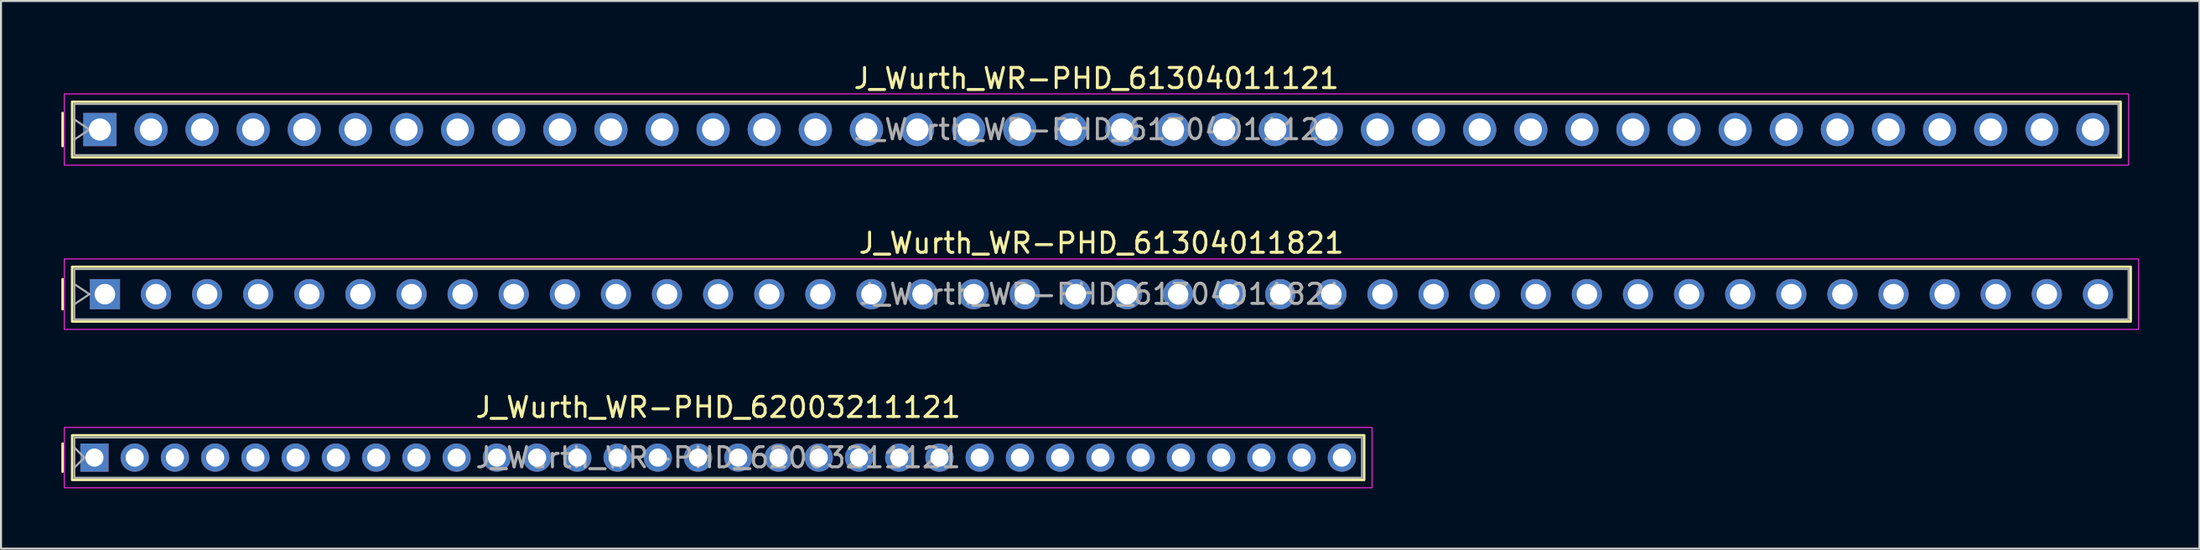
<source format=kicad_pcb>
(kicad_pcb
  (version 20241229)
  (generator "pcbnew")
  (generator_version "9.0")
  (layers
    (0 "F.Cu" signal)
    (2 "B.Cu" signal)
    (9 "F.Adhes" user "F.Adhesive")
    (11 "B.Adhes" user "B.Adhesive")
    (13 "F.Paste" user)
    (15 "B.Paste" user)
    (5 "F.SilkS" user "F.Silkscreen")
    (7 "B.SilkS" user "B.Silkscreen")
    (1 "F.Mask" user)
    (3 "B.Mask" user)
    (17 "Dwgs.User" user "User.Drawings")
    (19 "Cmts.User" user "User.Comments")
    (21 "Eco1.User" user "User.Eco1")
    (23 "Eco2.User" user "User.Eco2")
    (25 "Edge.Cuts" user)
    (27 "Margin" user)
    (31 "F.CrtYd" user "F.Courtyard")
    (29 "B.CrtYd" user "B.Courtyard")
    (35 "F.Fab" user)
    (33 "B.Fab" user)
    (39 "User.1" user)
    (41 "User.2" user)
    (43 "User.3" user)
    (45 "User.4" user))
  (footprint "J_Wurth_WR-PHD_61304011121"
    (layer "F.Cu")
    (at 1.915 3.388)
    (property "Reference" "J_Wurth_WR-PHD_61304011121" (at 49.53 -2.54 0) (unlocked yes) (layer "F.SilkS") (effects (font (size 1 1) (thickness 0.15))))
    (attr through_hole)
    (fp_line (start -1.855 -0.825) (end -1.855 0.825) (stroke (width 0.12) (type solid)) (layer "F.SilkS"))
    (fp_rect (start -1.38 -1.38) (end 100.44 1.38) (stroke (width 0.12) (type solid)) (fill no) (layer "F.SilkS"))
    (fp_rect (start -1.77 -1.77) (end 100.83 1.77) (stroke (width 0.05) (type solid)) (fill no) (layer "F.CrtYd"))
    (fp_line (start -1.27 -0.5) (end -0.52 0) (stroke (width 0.1) (type solid)) (layer "F.Fab"))
    (fp_line (start -0.52 0) (end -1.27 0.5) (stroke (width 0.1) (type solid)) (layer "F.Fab"))
    (fp_rect (start -1.27 -1.27) (end 100.33 1.27) (stroke (width 0.1) (type solid)) (fill no) (layer "F.Fab"))
    (fp_text user "${REFERENCE}" (at 49.53 0 0) (unlocked yes) (layer "F.Fab") (effects (font (size 1 1) (thickness 0.15))))
    (pad "1" thru_hole rect (at 0 0) (size 1.65 1.65) (drill 1.1) (layers "*.Cu" "*.Mask"))
    (pad "2" thru_hole circle (at 2.54 0) (size 1.65 1.65) (drill 1.1) (layers "*.Cu" "*.Mask"))
    (pad "3" thru_hole circle (at 5.08 0) (size 1.65 1.65) (drill 1.1) (layers "*.Cu" "*.Mask"))
    (pad "4" thru_hole circle (at 7.62 0) (size 1.65 1.65) (drill 1.1) (layers "*.Cu" "*.Mask"))
    (pad "5" thru_hole circle (at 10.16 0) (size 1.65 1.65) (drill 1.1) (layers "*.Cu" "*.Mask"))
    (pad "6" thru_hole circle (at 12.7 0) (size 1.65 1.65) (drill 1.1) (layers "*.Cu" "*.Mask"))
    (pad "7" thru_hole circle (at 15.24 0) (size 1.65 1.65) (drill 1.1) (layers "*.Cu" "*.Mask"))
    (pad "8" thru_hole circle (at 17.78 0) (size 1.65 1.65) (drill 1.1) (layers "*.Cu" "*.Mask"))
    (pad "9" thru_hole circle (at 20.32 0) (size 1.65 1.65) (drill 1.1) (layers "*.Cu" "*.Mask"))
    (pad "10" thru_hole circle (at 22.86 0) (size 1.65 1.65) (drill 1.1) (layers "*.Cu" "*.Mask"))
    (pad "11" thru_hole circle (at 25.4 0) (size 1.65 1.65) (drill 1.1) (layers "*.Cu" "*.Mask"))
    (pad "12" thru_hole circle (at 27.94 0) (size 1.65 1.65) (drill 1.1) (layers "*.Cu" "*.Mask"))
    (pad "13" thru_hole circle (at 30.48 0) (size 1.65 1.65) (drill 1.1) (layers "*.Cu" "*.Mask"))
    (pad "14" thru_hole circle (at 33.02 0) (size 1.65 1.65) (drill 1.1) (layers "*.Cu" "*.Mask"))
    (pad "15" thru_hole circle (at 35.56 0) (size 1.65 1.65) (drill 1.1) (layers "*.Cu" "*.Mask"))
    (pad "16" thru_hole circle (at 38.1 0) (size 1.65 1.65) (drill 1.1) (layers "*.Cu" "*.Mask"))
    (pad "17" thru_hole circle (at 40.64 0) (size 1.65 1.65) (drill 1.1) (layers "*.Cu" "*.Mask"))
    (pad "18" thru_hole circle (at 43.18 0) (size 1.65 1.65) (drill 1.1) (layers "*.Cu" "*.Mask"))
    (pad "19" thru_hole circle (at 45.72 0) (size 1.65 1.65) (drill 1.1) (layers "*.Cu" "*.Mask"))
    (pad "20" thru_hole circle (at 48.26 0) (size 1.65 1.65) (drill 1.1) (layers "*.Cu" "*.Mask"))
    (pad "21" thru_hole circle (at 50.8 0) (size 1.65 1.65) (drill 1.1) (layers "*.Cu" "*.Mask"))
    (pad "22" thru_hole circle (at 53.34 0) (size 1.65 1.65) (drill 1.1) (layers "*.Cu" "*.Mask"))
    (pad "23" thru_hole circle (at 55.88 0) (size 1.65 1.65) (drill 1.1) (layers "*.Cu" "*.Mask"))
    (pad "24" thru_hole circle (at 58.42 0) (size 1.65 1.65) (drill 1.1) (layers "*.Cu" "*.Mask"))
    (pad "25" thru_hole circle (at 60.96 0) (size 1.65 1.65) (drill 1.1) (layers "*.Cu" "*.Mask"))
    (pad "26" thru_hole circle (at 63.5 0) (size 1.65 1.65) (drill 1.1) (layers "*.Cu" "*.Mask"))
    (pad "27" thru_hole circle (at 66.04 0) (size 1.65 1.65) (drill 1.1) (layers "*.Cu" "*.Mask"))
    (pad "28" thru_hole circle (at 68.58 0) (size 1.65 1.65) (drill 1.1) (layers "*.Cu" "*.Mask"))
    (pad "29" thru_hole circle (at 71.12 0) (size 1.65 1.65) (drill 1.1) (layers "*.Cu" "*.Mask"))
    (pad "30" thru_hole circle (at 73.66 0) (size 1.65 1.65) (drill 1.1) (layers "*.Cu" "*.Mask"))
    (pad "31" thru_hole circle (at 76.2 0) (size 1.65 1.65) (drill 1.1) (layers "*.Cu" "*.Mask"))
    (pad "32" thru_hole circle (at 78.74 0) (size 1.65 1.65) (drill 1.1) (layers "*.Cu" "*.Mask"))
    (pad "33" thru_hole circle (at 81.28 0) (size 1.65 1.65) (drill 1.1) (layers "*.Cu" "*.Mask"))
    (pad "34" thru_hole circle (at 83.82 0) (size 1.65 1.65) (drill 1.1) (layers "*.Cu" "*.Mask"))
    (pad "35" thru_hole circle (at 86.36 0) (size 1.65 1.65) (drill 1.1) (layers "*.Cu" "*.Mask"))
    (pad "36" thru_hole circle (at 88.9 0) (size 1.65 1.65) (drill 1.1) (layers "*.Cu" "*.Mask"))
    (pad "37" thru_hole circle (at 91.44 0) (size 1.65 1.65) (drill 1.1) (layers "*.Cu" "*.Mask"))
    (pad "38" thru_hole circle (at 93.98 0) (size 1.65 1.65) (drill 1.1) (layers "*.Cu" "*.Mask"))
    (pad "39" thru_hole circle (at 96.52 0) (size 1.65 1.65) (drill 1.1) (layers "*.Cu" "*.Mask"))
    (pad "40" thru_hole circle (at 99.06 0) (size 1.65 1.65) (drill 1.1) (layers "*.Cu" "*.Mask")))
  (footprint "J_Wurth_WR-PHD_61304011821"
    (layer "F.Cu")
    (at 2.165 11.572)
    (property "Reference" "J_Wurth_WR-PHD_61304011821" (at 49.53 -2.54 0) (unlocked yes) (layer "F.SilkS") (effects (font (size 1 1) (thickness 0.15))))
    (attr through_hole)
    (fp_line (start -2.105 -0.75) (end -2.105 0.75) (stroke (width 0.12) (type solid)) (layer "F.SilkS"))
    (fp_rect (start -1.63 -1.36) (end 100.69 1.36) (stroke (width 0.12) (type solid)) (fill no) (layer "F.SilkS"))
    (fp_rect (start -2.02 -1.75) (end 101.08 1.75) (stroke (width 0.05) (type solid)) (fill no) (layer "F.CrtYd"))
    (fp_line (start -1.52 -0.5) (end -0.77 0) (stroke (width 0.1) (type solid)) (layer "F.Fab"))
    (fp_line (start -0.77 0) (end -1.52 0.5) (stroke (width 0.1) (type solid)) (layer "F.Fab"))
    (fp_rect (start -1.52 -1.25) (end 100.58 1.25) (stroke (width 0.1) (type solid)) (fill no) (layer "F.Fab"))
    (fp_text user "${REFERENCE}" (at 49.53 0 0) (unlocked yes) (layer "F.Fab") (effects (font (size 1 1) (thickness 0.15))))
    (pad "1" thru_hole rect (at 0 0) (size 1.5 1.5) (drill 1.02) (layers "*.Cu" "*.Mask"))
    (pad "2" thru_hole circle (at 2.54 0) (size 1.5 1.5) (drill 1.02) (layers "*.Cu" "*.Mask"))
    (pad "3" thru_hole circle (at 5.08 0) (size 1.5 1.5) (drill 1.02) (layers "*.Cu" "*.Mask"))
    (pad "4" thru_hole circle (at 7.62 0) (size 1.5 1.5) (drill 1.02) (layers "*.Cu" "*.Mask"))
    (pad "5" thru_hole circle (at 10.16 0) (size 1.5 1.5) (drill 1.02) (layers "*.Cu" "*.Mask"))
    (pad "6" thru_hole circle (at 12.7 0) (size 1.5 1.5) (drill 1.02) (layers "*.Cu" "*.Mask"))
    (pad "7" thru_hole circle (at 15.24 0) (size 1.5 1.5) (drill 1.02) (layers "*.Cu" "*.Mask"))
    (pad "8" thru_hole circle (at 17.78 0) (size 1.5 1.5) (drill 1.02) (layers "*.Cu" "*.Mask"))
    (pad "9" thru_hole circle (at 20.32 0) (size 1.5 1.5) (drill 1.02) (layers "*.Cu" "*.Mask"))
    (pad "10" thru_hole circle (at 22.86 0) (size 1.5 1.5) (drill 1.02) (layers "*.Cu" "*.Mask"))
    (pad "11" thru_hole circle (at 25.4 0) (size 1.5 1.5) (drill 1.02) (layers "*.Cu" "*.Mask"))
    (pad "12" thru_hole circle (at 27.94 0) (size 1.5 1.5) (drill 1.02) (layers "*.Cu" "*.Mask"))
    (pad "13" thru_hole circle (at 30.48 0) (size 1.5 1.5) (drill 1.02) (layers "*.Cu" "*.Mask"))
    (pad "14" thru_hole circle (at 33.02 0) (size 1.5 1.5) (drill 1.02) (layers "*.Cu" "*.Mask"))
    (pad "15" thru_hole circle (at 35.56 0) (size 1.5 1.5) (drill 1.02) (layers "*.Cu" "*.Mask"))
    (pad "16" thru_hole circle (at 38.1 0) (size 1.5 1.5) (drill 1.02) (layers "*.Cu" "*.Mask"))
    (pad "17" thru_hole circle (at 40.64 0) (size 1.5 1.5) (drill 1.02) (layers "*.Cu" "*.Mask"))
    (pad "18" thru_hole circle (at 43.18 0) (size 1.5 1.5) (drill 1.02) (layers "*.Cu" "*.Mask"))
    (pad "19" thru_hole circle (at 45.72 0) (size 1.5 1.5) (drill 1.02) (layers "*.Cu" "*.Mask"))
    (pad "20" thru_hole circle (at 48.26 0) (size 1.5 1.5) (drill 1.02) (layers "*.Cu" "*.Mask"))
    (pad "21" thru_hole circle (at 50.8 0) (size 1.5 1.5) (drill 1.02) (layers "*.Cu" "*.Mask"))
    (pad "22" thru_hole circle (at 53.34 0) (size 1.5 1.5) (drill 1.02) (layers "*.Cu" "*.Mask"))
    (pad "23" thru_hole circle (at 55.88 0) (size 1.5 1.5) (drill 1.02) (layers "*.Cu" "*.Mask"))
    (pad "24" thru_hole circle (at 58.42 0) (size 1.5 1.5) (drill 1.02) (layers "*.Cu" "*.Mask"))
    (pad "25" thru_hole circle (at 60.96 0) (size 1.5 1.5) (drill 1.02) (layers "*.Cu" "*.Mask"))
    (pad "26" thru_hole circle (at 63.5 0) (size 1.5 1.5) (drill 1.02) (layers "*.Cu" "*.Mask"))
    (pad "27" thru_hole circle (at 66.04 0) (size 1.5 1.5) (drill 1.02) (layers "*.Cu" "*.Mask"))
    (pad "28" thru_hole circle (at 68.58 0) (size 1.5 1.5) (drill 1.02) (layers "*.Cu" "*.Mask"))
    (pad "29" thru_hole circle (at 71.12 0) (size 1.5 1.5) (drill 1.02) (layers "*.Cu" "*.Mask"))
    (pad "30" thru_hole circle (at 73.66 0) (size 1.5 1.5) (drill 1.02) (layers "*.Cu" "*.Mask"))
    (pad "31" thru_hole circle (at 76.2 0) (size 1.5 1.5) (drill 1.02) (layers "*.Cu" "*.Mask"))
    (pad "32" thru_hole circle (at 78.74 0) (size 1.5 1.5) (drill 1.02) (layers "*.Cu" "*.Mask"))
    (pad "33" thru_hole circle (at 81.28 0) (size 1.5 1.5) (drill 1.02) (layers "*.Cu" "*.Mask"))
    (pad "34" thru_hole circle (at 83.82 0) (size 1.5 1.5) (drill 1.02) (layers "*.Cu" "*.Mask"))
    (pad "35" thru_hole circle (at 86.36 0) (size 1.5 1.5) (drill 1.02) (layers "*.Cu" "*.Mask"))
    (pad "36" thru_hole circle (at 88.9 0) (size 1.5 1.5) (drill 1.02) (layers "*.Cu" "*.Mask"))
    (pad "37" thru_hole circle (at 91.44 0) (size 1.5 1.5) (drill 1.02) (layers "*.Cu" "*.Mask"))
    (pad "38" thru_hole circle (at 93.98 0) (size 1.5 1.5) (drill 1.02) (layers "*.Cu" "*.Mask"))
    (pad "39" thru_hole circle (at 96.52 0) (size 1.5 1.5) (drill 1.02) (layers "*.Cu" "*.Mask"))
    (pad "40" thru_hole circle (at 99.06 0) (size 1.5 1.5) (drill 1.02) (layers "*.Cu" "*.Mask")))
  (footprint "J_Wurth_WR-PHD_62003211121"
    (layer "F.Cu")
    (at 1.645 19.695)
    (property "Reference" "J_Wurth_WR-PHD_62003211121" (at 31 -2.5 0) (unlocked yes) (layer "F.SilkS") (effects (font (size 1 1) (thickness 0.15))))
    (attr through_hole)
    (fp_line (start -1.585 -0.7) (end -1.585 0.7) (stroke (width 0.12) (type solid)) (layer "F.SilkS"))
    (fp_rect (start -1.11 -1.11) (end 63.11 1.11) (stroke (width 0.12) (type solid)) (fill no) (layer "F.SilkS"))
    (fp_rect (start -1.5 -1.5) (end 63.5 1.5) (stroke (width 0.05) (type solid)) (fill no) (layer "F.CrtYd"))
    (fp_line (start -1 -0.5) (end -0.5 0) (stroke (width 0.1) (type default)) (layer "F.Fab"))
    (fp_line (start -0.5 0) (end -1 0.5) (stroke (width 0.1) (type default)) (layer "F.Fab"))
    (fp_rect (start -1 -1) (end 63 1) (stroke (width 0.1) (type solid)) (fill no) (layer "F.Fab"))
    (fp_text user "${REFERENCE}" (at 31 0 0) (unlocked yes) (layer "F.Fab") (effects (font (size 1 1) (thickness 0.15))))
    (pad "1" thru_hole rect (at 0 0) (size 1.4 1.4) (drill 0.9) (layers "*.Cu" "*.Mask"))
    (pad "2" thru_hole circle (at 2 0) (size 1.4 1.4) (drill 0.9) (layers "*.Cu" "*.Mask"))
    (pad "3" thru_hole circle (at 4 0) (size 1.4 1.4) (drill 0.9) (layers "*.Cu" "*.Mask"))
    (pad "4" thru_hole circle (at 6 0) (size 1.4 1.4) (drill 0.9) (layers "*.Cu" "*.Mask"))
    (pad "5" thru_hole circle (at 8 0) (size 1.4 1.4) (drill 0.9) (layers "*.Cu" "*.Mask"))
    (pad "6" thru_hole circle (at 10 0) (size 1.4 1.4) (drill 0.9) (layers "*.Cu" "*.Mask"))
    (pad "7" thru_hole circle (at 12 0) (size 1.4 1.4) (drill 0.9) (layers "*.Cu" "*.Mask"))
    (pad "8" thru_hole circle (at 14 0) (size 1.4 1.4) (drill 0.9) (layers "*.Cu" "*.Mask"))
    (pad "9" thru_hole circle (at 16 0) (size 1.4 1.4) (drill 0.9) (layers "*.Cu" "*.Mask"))
    (pad "10" thru_hole circle (at 18 0) (size 1.4 1.4) (drill 0.9) (layers "*.Cu" "*.Mask"))
    (pad "11" thru_hole circle (at 20 0) (size 1.4 1.4) (drill 0.9) (layers "*.Cu" "*.Mask"))
    (pad "12" thru_hole circle (at 22 0) (size 1.4 1.4) (drill 0.9) (layers "*.Cu" "*.Mask"))
    (pad "13" thru_hole circle (at 24 0) (size 1.4 1.4) (drill 0.9) (layers "*.Cu" "*.Mask"))
    (pad "14" thru_hole circle (at 26 0) (size 1.4 1.4) (drill 0.9) (layers "*.Cu" "*.Mask"))
    (pad "15" thru_hole circle (at 28 0) (size 1.4 1.4) (drill 0.9) (layers "*.Cu" "*.Mask"))
    (pad "16" thru_hole circle (at 30 0) (size 1.4 1.4) (drill 0.9) (layers "*.Cu" "*.Mask"))
    (pad "17" thru_hole circle (at 32 0) (size 1.4 1.4) (drill 0.9) (layers "*.Cu" "*.Mask"))
    (pad "18" thru_hole circle (at 34 0) (size 1.4 1.4) (drill 0.9) (layers "*.Cu" "*.Mask"))
    (pad "19" thru_hole circle (at 36 0) (size 1.4 1.4) (drill 0.9) (layers "*.Cu" "*.Mask"))
    (pad "20" thru_hole circle (at 38 0) (size 1.4 1.4) (drill 0.9) (layers "*.Cu" "*.Mask"))
    (pad "21" thru_hole circle (at 40 0) (size 1.4 1.4) (drill 0.9) (layers "*.Cu" "*.Mask"))
    (pad "22" thru_hole circle (at 42 0) (size 1.4 1.4) (drill 0.9) (layers "*.Cu" "*.Mask"))
    (pad "23" thru_hole circle (at 44 0) (size 1.4 1.4) (drill 0.9) (layers "*.Cu" "*.Mask"))
    (pad "24" thru_hole circle (at 46 0) (size 1.4 1.4) (drill 0.9) (layers "*.Cu" "*.Mask"))
    (pad "25" thru_hole circle (at 48 0) (size 1.4 1.4) (drill 0.9) (layers "*.Cu" "*.Mask"))
    (pad "26" thru_hole circle (at 50 0) (size 1.4 1.4) (drill 0.9) (layers "*.Cu" "*.Mask"))
    (pad "27" thru_hole circle (at 52 0) (size 1.4 1.4) (drill 0.9) (layers "*.Cu" "*.Mask"))
    (pad "28" thru_hole circle (at 54 0) (size 1.4 1.4) (drill 0.9) (layers "*.Cu" "*.Mask"))
    (pad "29" thru_hole circle (at 56 0) (size 1.4 1.4) (drill 0.9) (layers "*.Cu" "*.Mask"))
    (pad "30" thru_hole circle (at 58 0) (size 1.4 1.4) (drill 0.9) (layers "*.Cu" "*.Mask"))
    (pad "31" thru_hole circle (at 60 0) (size 1.4 1.4) (drill 0.9) (layers "*.Cu" "*.Mask"))
    (pad "32" thru_hole circle (at 62 0) (size 1.4 1.4) (drill 0.9) (layers "*.Cu" "*.Mask")))
  (gr_rect
    (start -3 -3)
    (end 106.27 24.22)
    (stroke (width 0.1) (type default))
    (fill no)
    (layer "Edge.Cuts")))
</source>
